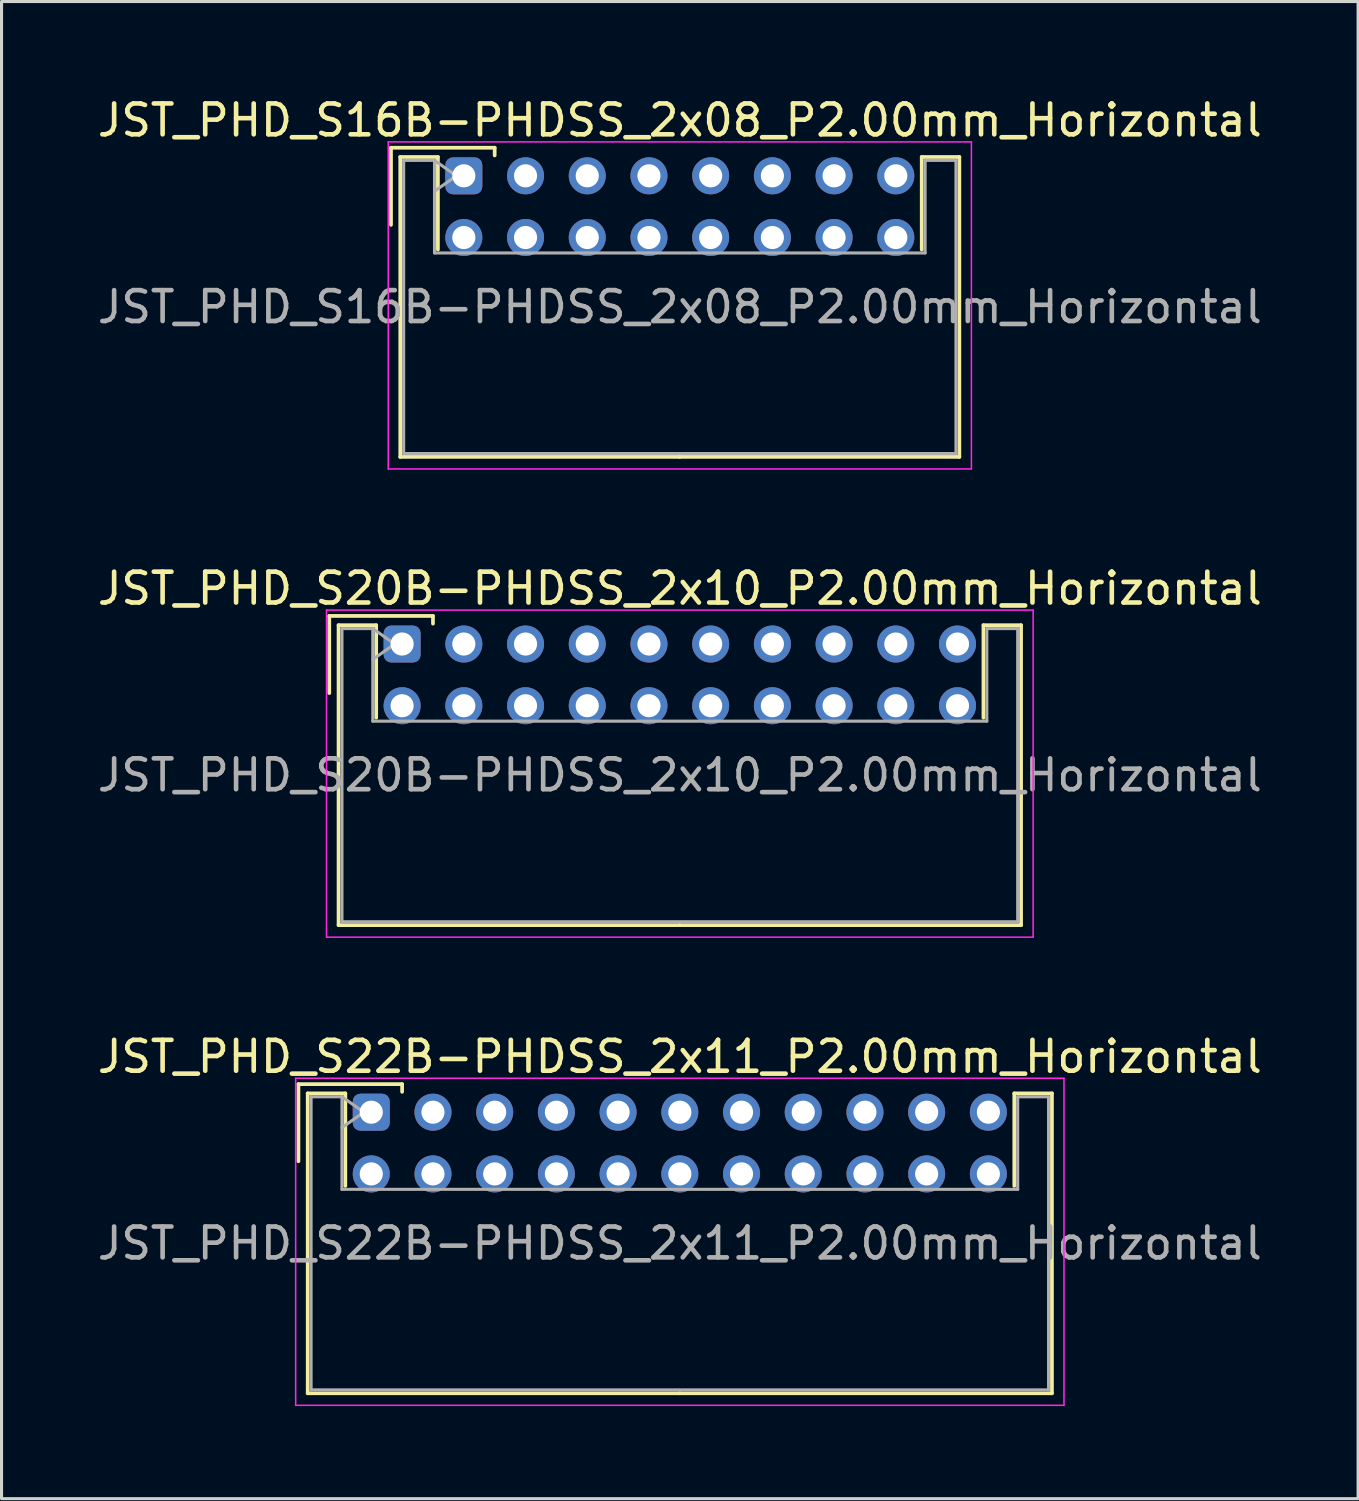
<source format=kicad_pcb>
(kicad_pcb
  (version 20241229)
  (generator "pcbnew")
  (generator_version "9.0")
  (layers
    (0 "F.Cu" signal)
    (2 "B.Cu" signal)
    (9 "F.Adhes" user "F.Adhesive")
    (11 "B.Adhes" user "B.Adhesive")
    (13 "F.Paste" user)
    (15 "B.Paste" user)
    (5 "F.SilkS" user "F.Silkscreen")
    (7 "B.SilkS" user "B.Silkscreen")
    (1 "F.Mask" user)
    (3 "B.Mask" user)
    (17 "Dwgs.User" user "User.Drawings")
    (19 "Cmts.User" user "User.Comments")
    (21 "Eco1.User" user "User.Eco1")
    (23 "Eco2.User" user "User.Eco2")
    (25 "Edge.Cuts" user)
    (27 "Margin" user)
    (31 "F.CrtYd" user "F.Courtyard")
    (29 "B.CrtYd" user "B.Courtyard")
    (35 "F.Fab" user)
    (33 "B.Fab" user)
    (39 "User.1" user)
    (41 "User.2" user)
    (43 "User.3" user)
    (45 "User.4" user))
  (footprint "JST_PHD_S22B-PHDSS_2x11_P2.00mm_Horizontal"
    (layer "F.Cu")
    (at 8.982 32.995)
    (property "Reference" "JST_PHD_S22B-PHDSS_2x11_P2.00mm_Horizontal" (at 10 -1.8 0) (layer "F.SilkS") (effects (font (size 1 1) (thickness 0.15))))
    (attr through_hole)
    (fp_line (start -2.36 -0.91) (end -2.36 1.59) (stroke (width 0.12) (type solid)) (layer "F.SilkS"))
    (fp_line (start -2.06 -0.61) (end -2.06 9.11) (stroke (width 0.12) (type solid)) (layer "F.SilkS"))
    (fp_line (start -2.06 9.11) (end 10 9.11) (stroke (width 0.12) (type solid)) (layer "F.SilkS"))
    (fp_line (start -0.84 -0.61) (end -2.06 -0.61) (stroke (width 0.12) (type solid)) (layer "F.SilkS"))
    (fp_line (start -0.84 2.39) (end -0.84 -0.61) (stroke (width 0.12) (type solid)) (layer "F.SilkS"))
    (fp_line (start 1 -0.91) (end -2.36 -0.91) (stroke (width 0.12) (type solid)) (layer "F.SilkS"))
    (fp_line (start 1 -0.66) (end 1 -0.91) (stroke (width 0.12) (type solid)) (layer "F.SilkS"))
    (fp_line (start 20.84 -0.61) (end 22.06 -0.61) (stroke (width 0.12) (type solid)) (layer "F.SilkS"))
    (fp_line (start 20.84 2.39) (end 20.84 -0.61) (stroke (width 0.12) (type solid)) (layer "F.SilkS"))
    (fp_line (start 22.06 -0.61) (end 22.06 9.11) (stroke (width 0.12) (type solid)) (layer "F.SilkS"))
    (fp_line (start 22.06 9.11) (end 10 9.11) (stroke (width 0.12) (type solid)) (layer "F.SilkS"))
    (fp_line (start -2.45 -1.1) (end -2.45 9.5) (stroke (width 0.05) (type solid)) (layer "F.CrtYd"))
    (fp_line (start -2.45 9.5) (end 22.45 9.5) (stroke (width 0.05) (type solid)) (layer "F.CrtYd"))
    (fp_line (start 22.45 -1.1) (end -2.45 -1.1) (stroke (width 0.05) (type solid)) (layer "F.CrtYd"))
    (fp_line (start 22.45 9.5) (end 22.45 -1.1) (stroke (width 0.05) (type solid)) (layer "F.CrtYd"))
    (fp_line (start -1.95 -0.5) (end -0.95 -0.5) (stroke (width 0.1) (type solid)) (layer "F.Fab"))
    (fp_line (start -1.95 9) (end -1.95 -0.5) (stroke (width 0.1) (type solid)) (layer "F.Fab"))
    (fp_line (start -0.95 -0.5) (end -0.95 2.5) (stroke (width 0.1) (type solid)) (layer "F.Fab"))
    (fp_line (start -0.95 -0.5) (end -0.243 0) (stroke (width 0.1) (type solid)) (layer "F.Fab"))
    (fp_line (start -0.95 2.5) (end 20.95 2.5) (stroke (width 0.1) (type solid)) (layer "F.Fab"))
    (fp_line (start -0.243 0) (end -0.95 0.5) (stroke (width 0.1) (type solid)) (layer "F.Fab"))
    (fp_line (start 20.95 -0.5) (end 21.95 -0.5) (stroke (width 0.1) (type solid)) (layer "F.Fab"))
    (fp_line (start 20.95 2.5) (end 20.95 -0.5) (stroke (width 0.1) (type solid)) (layer "F.Fab"))
    (fp_line (start 21.95 -0.5) (end 21.95 9) (stroke (width 0.1) (type solid)) (layer "F.Fab"))
    (fp_line (start 21.95 9) (end -1.95 9) (stroke (width 0.1) (type solid)) (layer "F.Fab"))
    (fp_text user "${REFERENCE}" (at 10 4.25 0) (layer "F.Fab") (effects (font (size 1 1) (thickness 0.15))))
    (pad "1" thru_hole roundrect (at 0 0) (size 1.2 1.2) (drill 0.75) (layers "*.Cu" "*.Mask") (roundrect_rratio 0.208))
    (pad "2" thru_hole circle (at 0 2) (size 1.2 1.2) (drill 0.75) (layers "*.Cu" "*.Mask"))
    (pad "3" thru_hole circle (at 2 0) (size 1.2 1.2) (drill 0.75) (layers "*.Cu" "*.Mask"))
    (pad "4" thru_hole circle (at 2 2) (size 1.2 1.2) (drill 0.75) (layers "*.Cu" "*.Mask"))
    (pad "5" thru_hole circle (at 4 0) (size 1.2 1.2) (drill 0.75) (layers "*.Cu" "*.Mask"))
    (pad "6" thru_hole circle (at 4 2) (size 1.2 1.2) (drill 0.75) (layers "*.Cu" "*.Mask"))
    (pad "7" thru_hole circle (at 6 0) (size 1.2 1.2) (drill 0.75) (layers "*.Cu" "*.Mask"))
    (pad "8" thru_hole circle (at 6 2) (size 1.2 1.2) (drill 0.75) (layers "*.Cu" "*.Mask"))
    (pad "9" thru_hole circle (at 8 0) (size 1.2 1.2) (drill 0.75) (layers "*.Cu" "*.Mask"))
    (pad "10" thru_hole circle (at 8 2) (size 1.2 1.2) (drill 0.75) (layers "*.Cu" "*.Mask"))
    (pad "11" thru_hole circle (at 10 0) (size 1.2 1.2) (drill 0.75) (layers "*.Cu" "*.Mask"))
    (pad "12" thru_hole circle (at 10 2) (size 1.2 1.2) (drill 0.75) (layers "*.Cu" "*.Mask"))
    (pad "13" thru_hole circle (at 12 0) (size 1.2 1.2) (drill 0.75) (layers "*.Cu" "*.Mask"))
    (pad "14" thru_hole circle (at 12 2) (size 1.2 1.2) (drill 0.75) (layers "*.Cu" "*.Mask"))
    (pad "15" thru_hole circle (at 14 0) (size 1.2 1.2) (drill 0.75) (layers "*.Cu" "*.Mask"))
    (pad "16" thru_hole circle (at 14 2) (size 1.2 1.2) (drill 0.75) (layers "*.Cu" "*.Mask"))
    (pad "17" thru_hole circle (at 16 0) (size 1.2 1.2) (drill 0.75) (layers "*.Cu" "*.Mask"))
    (pad "18" thru_hole circle (at 16 2) (size 1.2 1.2) (drill 0.75) (layers "*.Cu" "*.Mask"))
    (pad "19" thru_hole circle (at 18 0) (size 1.2 1.2) (drill 0.75) (layers "*.Cu" "*.Mask"))
    (pad "20" thru_hole circle (at 18 2) (size 1.2 1.2) (drill 0.75) (layers "*.Cu" "*.Mask"))
    (pad "21" thru_hole circle (at 20 0) (size 1.2 1.2) (drill 0.75) (layers "*.Cu" "*.Mask"))
    (pad "22" thru_hole circle (at 20 2) (size 1.2 1.2) (drill 0.75) (layers "*.Cu" "*.Mask")))
  (footprint "JST_PHD_S20B-PHDSS_2x10_P2.00mm_Horizontal"
    (layer "F.Cu")
    (at 9.982 17.822)
    (property "Reference" "JST_PHD_S20B-PHDSS_2x10_P2.00mm_Horizontal" (at 9 -1.8 0) (layer "F.SilkS") (effects (font (size 1 1) (thickness 0.15))))
    (attr through_hole)
    (fp_line (start -2.36 -0.91) (end -2.36 1.59) (stroke (width 0.12) (type solid)) (layer "F.SilkS"))
    (fp_line (start -2.06 -0.61) (end -2.06 9.11) (stroke (width 0.12) (type solid)) (layer "F.SilkS"))
    (fp_line (start -2.06 9.11) (end 9 9.11) (stroke (width 0.12) (type solid)) (layer "F.SilkS"))
    (fp_line (start -0.84 -0.61) (end -2.06 -0.61) (stroke (width 0.12) (type solid)) (layer "F.SilkS"))
    (fp_line (start -0.84 2.39) (end -0.84 -0.61) (stroke (width 0.12) (type solid)) (layer "F.SilkS"))
    (fp_line (start 1 -0.91) (end -2.36 -0.91) (stroke (width 0.12) (type solid)) (layer "F.SilkS"))
    (fp_line (start 1 -0.66) (end 1 -0.91) (stroke (width 0.12) (type solid)) (layer "F.SilkS"))
    (fp_line (start 18.84 -0.61) (end 20.06 -0.61) (stroke (width 0.12) (type solid)) (layer "F.SilkS"))
    (fp_line (start 18.84 2.39) (end 18.84 -0.61) (stroke (width 0.12) (type solid)) (layer "F.SilkS"))
    (fp_line (start 20.06 -0.61) (end 20.06 9.11) (stroke (width 0.12) (type solid)) (layer "F.SilkS"))
    (fp_line (start 20.06 9.11) (end 9 9.11) (stroke (width 0.12) (type solid)) (layer "F.SilkS"))
    (fp_line (start -2.45 -1.1) (end -2.45 9.5) (stroke (width 0.05) (type solid)) (layer "F.CrtYd"))
    (fp_line (start -2.45 9.5) (end 20.45 9.5) (stroke (width 0.05) (type solid)) (layer "F.CrtYd"))
    (fp_line (start 20.45 -1.1) (end -2.45 -1.1) (stroke (width 0.05) (type solid)) (layer "F.CrtYd"))
    (fp_line (start 20.45 9.5) (end 20.45 -1.1) (stroke (width 0.05) (type solid)) (layer "F.CrtYd"))
    (fp_line (start -1.95 -0.5) (end -0.95 -0.5) (stroke (width 0.1) (type solid)) (layer "F.Fab"))
    (fp_line (start -1.95 9) (end -1.95 -0.5) (stroke (width 0.1) (type solid)) (layer "F.Fab"))
    (fp_line (start -0.95 -0.5) (end -0.95 2.5) (stroke (width 0.1) (type solid)) (layer "F.Fab"))
    (fp_line (start -0.95 -0.5) (end -0.243 0) (stroke (width 0.1) (type solid)) (layer "F.Fab"))
    (fp_line (start -0.95 2.5) (end 18.95 2.5) (stroke (width 0.1) (type solid)) (layer "F.Fab"))
    (fp_line (start -0.243 0) (end -0.95 0.5) (stroke (width 0.1) (type solid)) (layer "F.Fab"))
    (fp_line (start 18.95 -0.5) (end 19.95 -0.5) (stroke (width 0.1) (type solid)) (layer "F.Fab"))
    (fp_line (start 18.95 2.5) (end 18.95 -0.5) (stroke (width 0.1) (type solid)) (layer "F.Fab"))
    (fp_line (start 19.95 -0.5) (end 19.95 9) (stroke (width 0.1) (type solid)) (layer "F.Fab"))
    (fp_line (start 19.95 9) (end -1.95 9) (stroke (width 0.1) (type solid)) (layer "F.Fab"))
    (fp_text user "${REFERENCE}" (at 9 4.25 0) (layer "F.Fab") (effects (font (size 1 1) (thickness 0.15))))
    (pad "1" thru_hole roundrect (at 0 0) (size 1.2 1.2) (drill 0.75) (layers "*.Cu" "*.Mask") (roundrect_rratio 0.208))
    (pad "2" thru_hole circle (at 0 2) (size 1.2 1.2) (drill 0.75) (layers "*.Cu" "*.Mask"))
    (pad "3" thru_hole circle (at 2 0) (size 1.2 1.2) (drill 0.75) (layers "*.Cu" "*.Mask"))
    (pad "4" thru_hole circle (at 2 2) (size 1.2 1.2) (drill 0.75) (layers "*.Cu" "*.Mask"))
    (pad "5" thru_hole circle (at 4 0) (size 1.2 1.2) (drill 0.75) (layers "*.Cu" "*.Mask"))
    (pad "6" thru_hole circle (at 4 2) (size 1.2 1.2) (drill 0.75) (layers "*.Cu" "*.Mask"))
    (pad "7" thru_hole circle (at 6 0) (size 1.2 1.2) (drill 0.75) (layers "*.Cu" "*.Mask"))
    (pad "8" thru_hole circle (at 6 2) (size 1.2 1.2) (drill 0.75) (layers "*.Cu" "*.Mask"))
    (pad "9" thru_hole circle (at 8 0) (size 1.2 1.2) (drill 0.75) (layers "*.Cu" "*.Mask"))
    (pad "10" thru_hole circle (at 8 2) (size 1.2 1.2) (drill 0.75) (layers "*.Cu" "*.Mask"))
    (pad "11" thru_hole circle (at 10 0) (size 1.2 1.2) (drill 0.75) (layers "*.Cu" "*.Mask"))
    (pad "12" thru_hole circle (at 10 2) (size 1.2 1.2) (drill 0.75) (layers "*.Cu" "*.Mask"))
    (pad "13" thru_hole circle (at 12 0) (size 1.2 1.2) (drill 0.75) (layers "*.Cu" "*.Mask"))
    (pad "14" thru_hole circle (at 12 2) (size 1.2 1.2) (drill 0.75) (layers "*.Cu" "*.Mask"))
    (pad "15" thru_hole circle (at 14 0) (size 1.2 1.2) (drill 0.75) (layers "*.Cu" "*.Mask"))
    (pad "16" thru_hole circle (at 14 2) (size 1.2 1.2) (drill 0.75) (layers "*.Cu" "*.Mask"))
    (pad "17" thru_hole circle (at 16 0) (size 1.2 1.2) (drill 0.75) (layers "*.Cu" "*.Mask"))
    (pad "18" thru_hole circle (at 16 2) (size 1.2 1.2) (drill 0.75) (layers "*.Cu" "*.Mask"))
    (pad "19" thru_hole circle (at 18 0) (size 1.2 1.2) (drill 0.75) (layers "*.Cu" "*.Mask"))
    (pad "20" thru_hole circle (at 18 2) (size 1.2 1.2) (drill 0.75) (layers "*.Cu" "*.Mask")))
  (footprint "JST_PHD_S16B-PHDSS_2x08_P2.00mm_Horizontal"
    (layer "F.Cu")
    (at 11.982 2.648)
    (property "Reference" "JST_PHD_S16B-PHDSS_2x08_P2.00mm_Horizontal" (at 7 -1.8 0) (layer "F.SilkS") (effects (font (size 1 1) (thickness 0.15))))
    (attr through_hole)
    (fp_line (start -2.36 -0.91) (end -2.36 1.59) (stroke (width 0.12) (type solid)) (layer "F.SilkS"))
    (fp_line (start -2.06 -0.61) (end -2.06 9.11) (stroke (width 0.12) (type solid)) (layer "F.SilkS"))
    (fp_line (start -2.06 9.11) (end 7 9.11) (stroke (width 0.12) (type solid)) (layer "F.SilkS"))
    (fp_line (start -0.84 -0.61) (end -2.06 -0.61) (stroke (width 0.12) (type solid)) (layer "F.SilkS"))
    (fp_line (start -0.84 2.39) (end -0.84 -0.61) (stroke (width 0.12) (type solid)) (layer "F.SilkS"))
    (fp_line (start 1 -0.91) (end -2.36 -0.91) (stroke (width 0.12) (type solid)) (layer "F.SilkS"))
    (fp_line (start 1 -0.66) (end 1 -0.91) (stroke (width 0.12) (type solid)) (layer "F.SilkS"))
    (fp_line (start 14.84 -0.61) (end 16.06 -0.61) (stroke (width 0.12) (type solid)) (layer "F.SilkS"))
    (fp_line (start 14.84 2.39) (end 14.84 -0.61) (stroke (width 0.12) (type solid)) (layer "F.SilkS"))
    (fp_line (start 16.06 -0.61) (end 16.06 9.11) (stroke (width 0.12) (type solid)) (layer "F.SilkS"))
    (fp_line (start 16.06 9.11) (end 7 9.11) (stroke (width 0.12) (type solid)) (layer "F.SilkS"))
    (fp_line (start -2.45 -1.1) (end -2.45 9.5) (stroke (width 0.05) (type solid)) (layer "F.CrtYd"))
    (fp_line (start -2.45 9.5) (end 16.45 9.5) (stroke (width 0.05) (type solid)) (layer "F.CrtYd"))
    (fp_line (start 16.45 -1.1) (end -2.45 -1.1) (stroke (width 0.05) (type solid)) (layer "F.CrtYd"))
    (fp_line (start 16.45 9.5) (end 16.45 -1.1) (stroke (width 0.05) (type solid)) (layer "F.CrtYd"))
    (fp_line (start -1.95 -0.5) (end -0.95 -0.5) (stroke (width 0.1) (type solid)) (layer "F.Fab"))
    (fp_line (start -1.95 9) (end -1.95 -0.5) (stroke (width 0.1) (type solid)) (layer "F.Fab"))
    (fp_line (start -0.95 -0.5) (end -0.95 2.5) (stroke (width 0.1) (type solid)) (layer "F.Fab"))
    (fp_line (start -0.95 -0.5) (end -0.243 0) (stroke (width 0.1) (type solid)) (layer "F.Fab"))
    (fp_line (start -0.95 2.5) (end 14.95 2.5) (stroke (width 0.1) (type solid)) (layer "F.Fab"))
    (fp_line (start -0.243 0) (end -0.95 0.5) (stroke (width 0.1) (type solid)) (layer "F.Fab"))
    (fp_line (start 14.95 -0.5) (end 15.95 -0.5) (stroke (width 0.1) (type solid)) (layer "F.Fab"))
    (fp_line (start 14.95 2.5) (end 14.95 -0.5) (stroke (width 0.1) (type solid)) (layer "F.Fab"))
    (fp_line (start 15.95 -0.5) (end 15.95 9) (stroke (width 0.1) (type solid)) (layer "F.Fab"))
    (fp_line (start 15.95 9) (end -1.95 9) (stroke (width 0.1) (type solid)) (layer "F.Fab"))
    (fp_text user "${REFERENCE}" (at 7 4.25 0) (layer "F.Fab") (effects (font (size 1 1) (thickness 0.15))))
    (pad "1" thru_hole roundrect (at 0 0) (size 1.2 1.2) (drill 0.75) (layers "*.Cu" "*.Mask") (roundrect_rratio 0.208))
    (pad "2" thru_hole circle (at 0 2) (size 1.2 1.2) (drill 0.75) (layers "*.Cu" "*.Mask"))
    (pad "3" thru_hole circle (at 2 0) (size 1.2 1.2) (drill 0.75) (layers "*.Cu" "*.Mask"))
    (pad "4" thru_hole circle (at 2 2) (size 1.2 1.2) (drill 0.75) (layers "*.Cu" "*.Mask"))
    (pad "5" thru_hole circle (at 4 0) (size 1.2 1.2) (drill 0.75) (layers "*.Cu" "*.Mask"))
    (pad "6" thru_hole circle (at 4 2) (size 1.2 1.2) (drill 0.75) (layers "*.Cu" "*.Mask"))
    (pad "7" thru_hole circle (at 6 0) (size 1.2 1.2) (drill 0.75) (layers "*.Cu" "*.Mask"))
    (pad "8" thru_hole circle (at 6 2) (size 1.2 1.2) (drill 0.75) (layers "*.Cu" "*.Mask"))
    (pad "9" thru_hole circle (at 8 0) (size 1.2 1.2) (drill 0.75) (layers "*.Cu" "*.Mask"))
    (pad "10" thru_hole circle (at 8 2) (size 1.2 1.2) (drill 0.75) (layers "*.Cu" "*.Mask"))
    (pad "11" thru_hole circle (at 10 0) (size 1.2 1.2) (drill 0.75) (layers "*.Cu" "*.Mask"))
    (pad "12" thru_hole circle (at 10 2) (size 1.2 1.2) (drill 0.75) (layers "*.Cu" "*.Mask"))
    (pad "13" thru_hole circle (at 12 0) (size 1.2 1.2) (drill 0.75) (layers "*.Cu" "*.Mask"))
    (pad "14" thru_hole circle (at 12 2) (size 1.2 1.2) (drill 0.75) (layers "*.Cu" "*.Mask"))
    (pad "15" thru_hole circle (at 14 0) (size 1.2 1.2) (drill 0.75) (layers "*.Cu" "*.Mask"))
    (pad "16" thru_hole circle (at 14 2) (size 1.2 1.2) (drill 0.75) (layers "*.Cu" "*.Mask")))
  (gr_rect
    (start -3 -3)
    (end 40.964 45.52)
    (stroke (width 0.1) (type default))
    (fill no)
    (layer "Edge.Cuts")))
</source>
